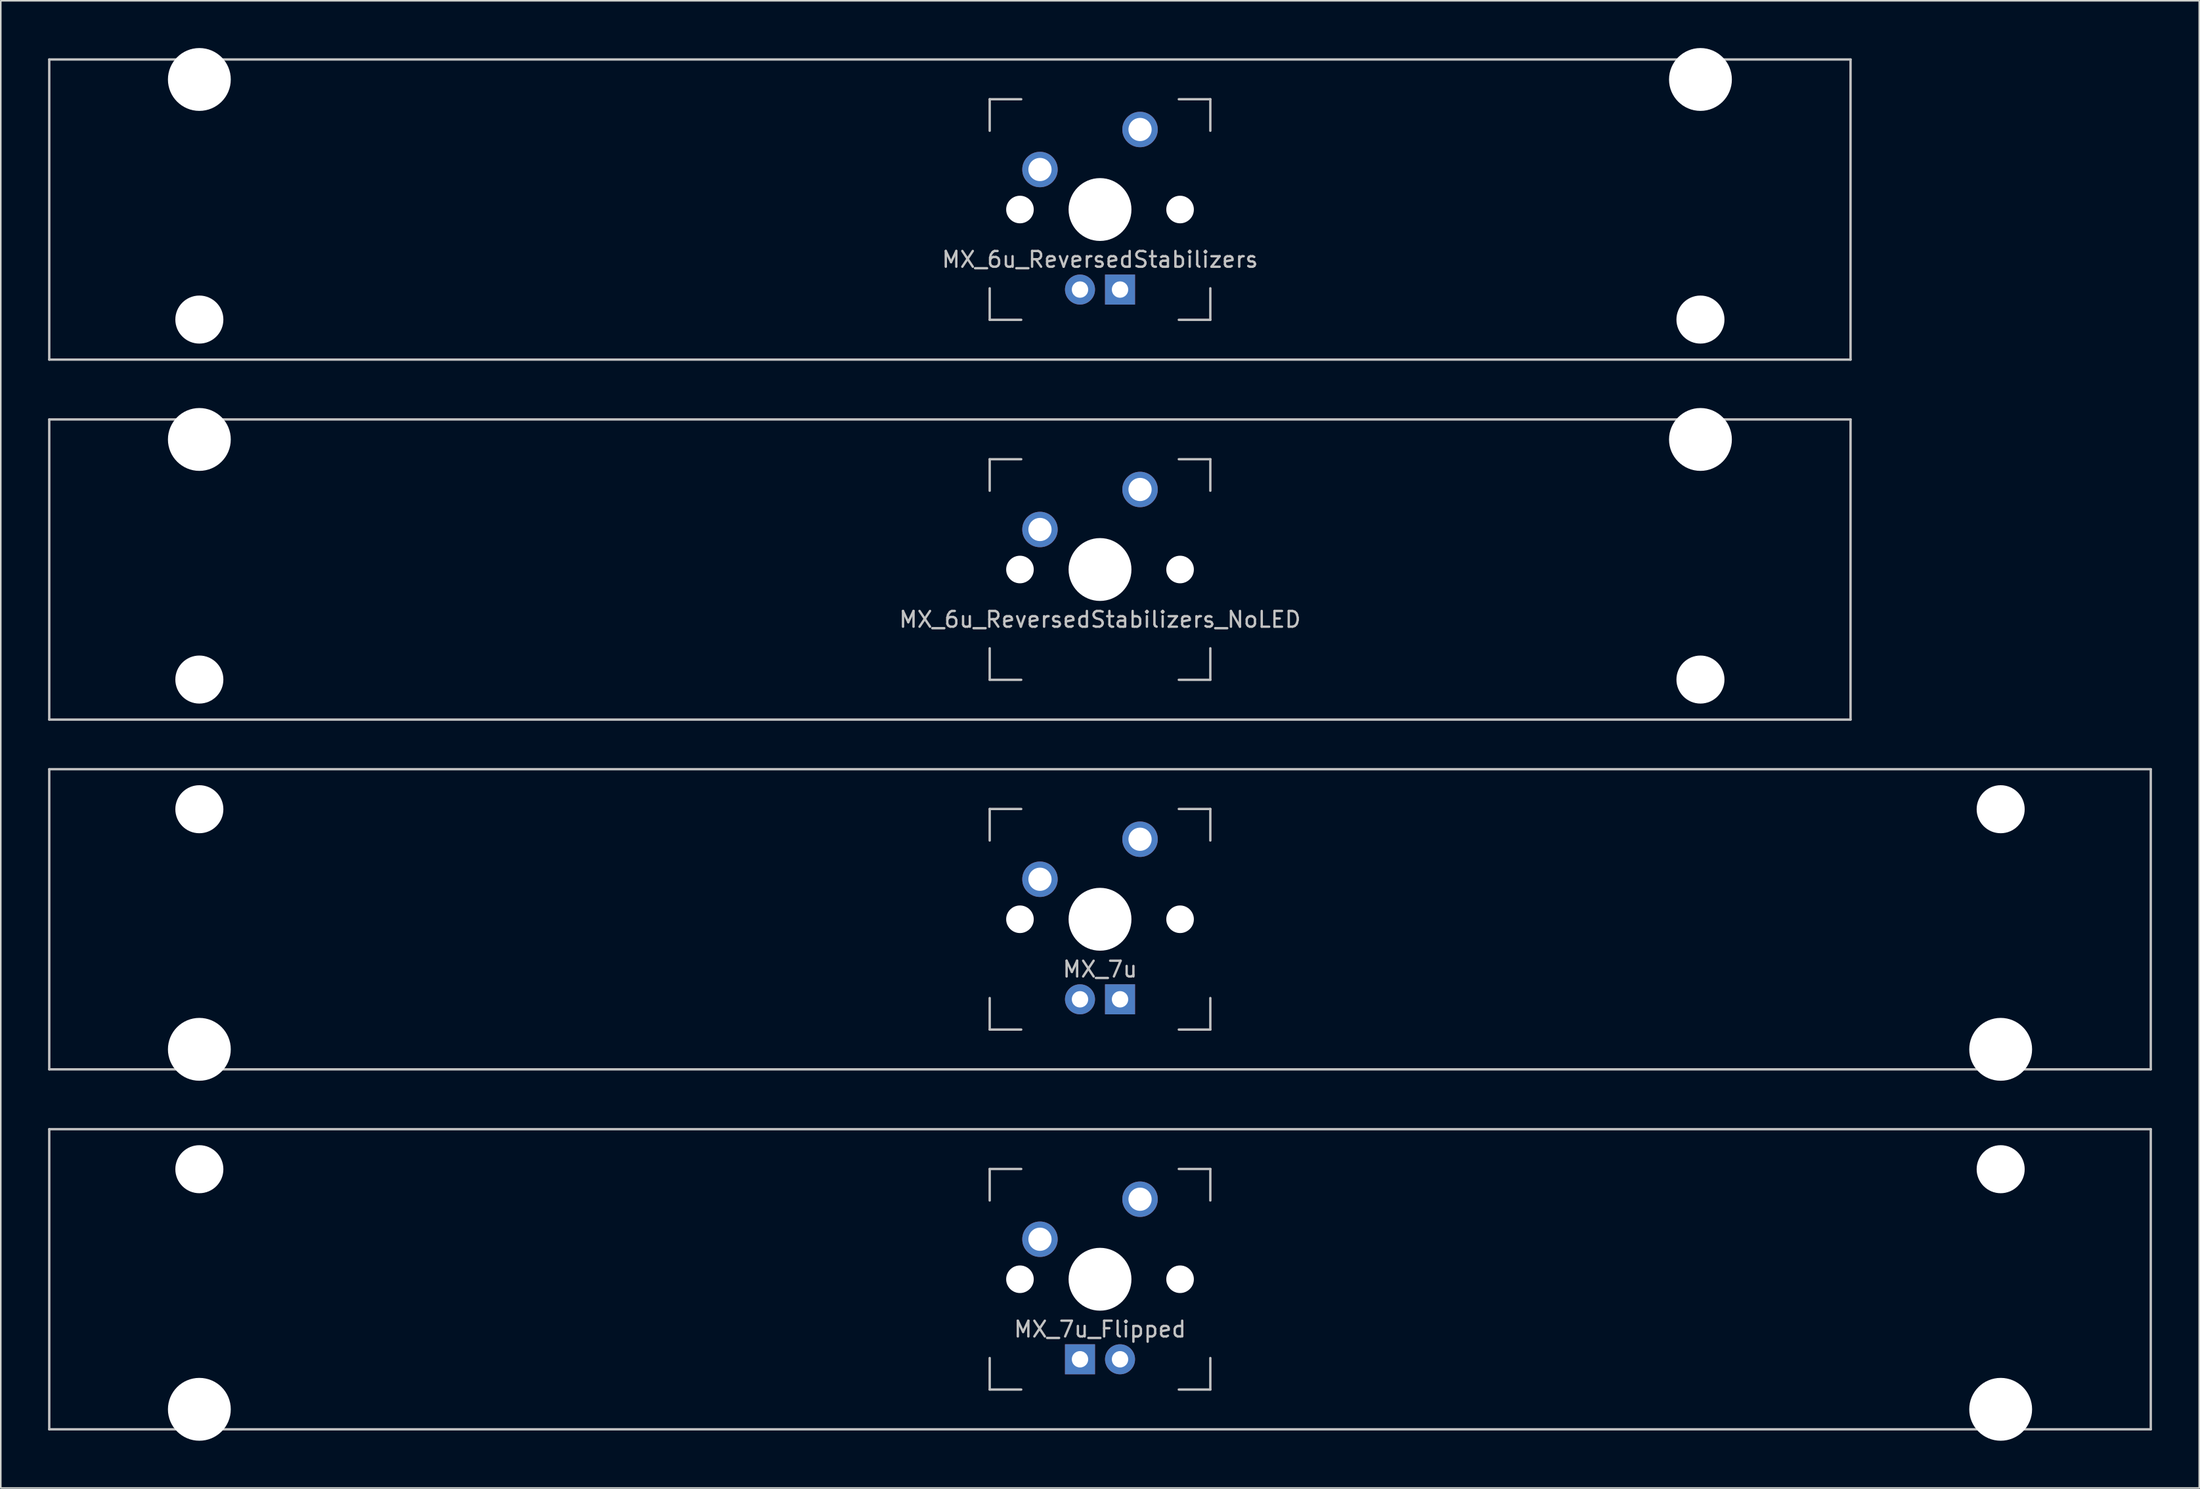
<source format=kicad_pcb>
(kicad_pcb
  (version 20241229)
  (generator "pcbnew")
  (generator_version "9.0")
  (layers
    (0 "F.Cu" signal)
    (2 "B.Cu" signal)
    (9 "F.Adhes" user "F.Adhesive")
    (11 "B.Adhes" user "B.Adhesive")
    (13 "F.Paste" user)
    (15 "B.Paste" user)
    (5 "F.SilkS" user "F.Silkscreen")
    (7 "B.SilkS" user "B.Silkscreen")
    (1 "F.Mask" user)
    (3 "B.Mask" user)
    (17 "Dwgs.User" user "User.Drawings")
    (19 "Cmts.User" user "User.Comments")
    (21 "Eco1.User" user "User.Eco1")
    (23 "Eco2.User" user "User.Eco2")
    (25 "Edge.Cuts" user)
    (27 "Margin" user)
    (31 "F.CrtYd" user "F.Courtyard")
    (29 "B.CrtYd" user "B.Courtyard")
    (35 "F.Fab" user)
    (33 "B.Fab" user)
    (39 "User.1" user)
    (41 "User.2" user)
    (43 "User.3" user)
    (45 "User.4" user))
  (footprint "MX_7u"
    (layer "F.Cu")
    (at 66.75 55.298)
    (property "Reference" "MX_7u" (at 0 3.175 0) (layer "Dwgs.User") (effects (font (size 1 1) (thickness 0.15))))
    (attr through_hole)
    (fp_line (start -66.675 -9.525) (end 66.675 -9.525) (stroke (width 0.15) (type solid)) (layer "Dwgs.User"))
    (fp_line (start -66.675 9.525) (end -66.675 -9.525) (stroke (width 0.15) (type solid)) (layer "Dwgs.User"))
    (fp_line (start -66.675 9.525) (end 66.675 9.525) (stroke (width 0.15) (type solid)) (layer "Dwgs.User"))
    (fp_line (start -7 -7) (end -7 -5) (stroke (width 0.15) (type solid)) (layer "Dwgs.User"))
    (fp_line (start -7 5) (end -7 7) (stroke (width 0.15) (type solid)) (layer "Dwgs.User"))
    (fp_line (start -7 7) (end -5 7) (stroke (width 0.15) (type solid)) (layer "Dwgs.User"))
    (fp_line (start -5 -7) (end -7 -7) (stroke (width 0.15) (type solid)) (layer "Dwgs.User"))
    (fp_line (start 5 -7) (end 7 -7) (stroke (width 0.15) (type solid)) (layer "Dwgs.User"))
    (fp_line (start 5 7) (end 7 7) (stroke (width 0.15) (type solid)) (layer "Dwgs.User"))
    (fp_line (start 7 -7) (end 7 -5) (stroke (width 0.15) (type solid)) (layer "Dwgs.User"))
    (fp_line (start 7 7) (end 7 5) (stroke (width 0.15) (type solid)) (layer "Dwgs.User"))
    (fp_line (start 66.675 -9.525) (end 66.675 9.525) (stroke (width 0.15) (type solid)) (layer "Dwgs.User"))
    (pad "" np_thru_hole circle (at -57.15 -6.985) (size 3.048 3.048) (drill 3.048) (layers "*.Cu" "*.Mask"))
    (pad "" np_thru_hole circle (at -57.15 8.255) (size 3.988 3.988) (drill 3.988) (layers "*.Cu" "*.Mask"))
    (pad "" np_thru_hole circle (at -5.08 0 48.1) (size 1.75 1.75) (drill 1.75) (layers "*.Cu" "*.Mask"))
    (pad "" np_thru_hole circle (at 0 0) (size 3.988 3.988) (drill 3.988) (layers "*.Cu" "*.Mask"))
    (pad "" np_thru_hole circle (at 5.08 0 48.1) (size 1.75 1.75) (drill 1.75) (layers "*.Cu" "*.Mask"))
    (pad "" np_thru_hole circle (at 57.15 -6.985) (size 3.048 3.048) (drill 3.048) (layers "*.Cu" "*.Mask"))
    (pad "" np_thru_hole circle (at 57.15 8.255) (size 3.988 3.988) (drill 3.988) (layers "*.Cu" "*.Mask"))
    (pad "1" thru_hole circle (at -3.81 -2.54) (size 2.25 2.25) (drill 1.47) (layers "*.Cu" "B.Mask"))
    (pad "2" thru_hole circle (at 2.54 -5.08) (size 2.25 2.25) (drill 1.47) (layers "*.Cu" "B.Mask"))
    (pad "3" thru_hole circle (at -1.27 5.08) (size 1.905 1.905) (drill 1.04) (layers "*.Cu" "B.Mask"))
    (pad "4" thru_hole rect (at 1.27 5.08) (size 1.905 1.905) (drill 1.04) (layers "*.Cu" "B.Mask")))
  (footprint "MX_7u_Flipped"
    (layer "F.Cu")
    (at 66.75 78.147)
    (property "Reference" "MX_7u_Flipped" (at 0 3.175 0) (layer "Dwgs.User") (effects (font (size 1 1) (thickness 0.15))))
    (attr through_hole)
    (fp_line (start -66.675 -9.525) (end 66.675 -9.525) (stroke (width 0.15) (type solid)) (layer "Dwgs.User"))
    (fp_line (start -66.675 9.525) (end -66.675 -9.525) (stroke (width 0.15) (type solid)) (layer "Dwgs.User"))
    (fp_line (start -66.675 9.525) (end 66.675 9.525) (stroke (width 0.15) (type solid)) (layer "Dwgs.User"))
    (fp_line (start -7 -7) (end -7 -5) (stroke (width 0.15) (type solid)) (layer "Dwgs.User"))
    (fp_line (start -7 5) (end -7 7) (stroke (width 0.15) (type solid)) (layer "Dwgs.User"))
    (fp_line (start -7 7) (end -5 7) (stroke (width 0.15) (type solid)) (layer "Dwgs.User"))
    (fp_line (start -5 -7) (end -7 -7) (stroke (width 0.15) (type solid)) (layer "Dwgs.User"))
    (fp_line (start 5 -7) (end 7 -7) (stroke (width 0.15) (type solid)) (layer "Dwgs.User"))
    (fp_line (start 5 7) (end 7 7) (stroke (width 0.15) (type solid)) (layer "Dwgs.User"))
    (fp_line (start 7 -7) (end 7 -5) (stroke (width 0.15) (type solid)) (layer "Dwgs.User"))
    (fp_line (start 7 7) (end 7 5) (stroke (width 0.15) (type solid)) (layer "Dwgs.User"))
    (fp_line (start 66.675 -9.525) (end 66.675 9.525) (stroke (width 0.15) (type solid)) (layer "Dwgs.User"))
    (pad "" np_thru_hole circle (at -57.15 -6.985) (size 3.048 3.048) (drill 3.048) (layers "*.Cu" "*.Mask"))
    (pad "" np_thru_hole circle (at -57.15 8.255) (size 3.988 3.988) (drill 3.988) (layers "*.Cu" "*.Mask"))
    (pad "" np_thru_hole circle (at -5.08 0 48.1) (size 1.75 1.75) (drill 1.75) (layers "*.Cu" "*.Mask"))
    (pad "" np_thru_hole circle (at 0 0) (size 3.988 3.988) (drill 3.988) (layers "*.Cu" "*.Mask"))
    (pad "" np_thru_hole circle (at 5.08 0 48.1) (size 1.75 1.75) (drill 1.75) (layers "*.Cu" "*.Mask"))
    (pad "" np_thru_hole circle (at 57.15 -6.985) (size 3.048 3.048) (drill 3.048) (layers "*.Cu" "*.Mask"))
    (pad "" np_thru_hole circle (at 57.15 8.255) (size 3.988 3.988) (drill 3.988) (layers "*.Cu" "*.Mask"))
    (pad "1" thru_hole circle (at -3.81 -2.54) (size 2.25 2.25) (drill 1.47) (layers "*.Cu" "B.Mask"))
    (pad "2" thru_hole circle (at 2.54 -5.08) (size 2.25 2.25) (drill 1.47) (layers "*.Cu" "B.Mask"))
    (pad "3" thru_hole circle (at 1.27 5.08) (size 1.905 1.905) (drill 1.04) (layers "*.Cu" "B.Mask"))
    (pad "4" thru_hole rect (at -1.27 5.08) (size 1.905 1.905) (drill 1.04) (layers "*.Cu" "B.Mask")))
  (footprint "MX_6u_ReversedStabilizers_NoLED"
    (layer "F.Cu")
    (at 57.225 33.098)
    (property "Reference" "MX_6u_ReversedStabilizers_NoLED" (at 9.525 3.175 0) (layer "Dwgs.User") (effects (font (size 1 1) (thickness 0.15))))
    (attr through_hole)
    (fp_line (start -57.15 -9.525) (end 57.15 -9.525) (stroke (width 0.15) (type solid)) (layer "Dwgs.User"))
    (fp_line (start -57.15 9.525) (end -57.15 -9.525) (stroke (width 0.15) (type solid)) (layer "Dwgs.User"))
    (fp_line (start -57.15 9.525) (end 57.15 9.525) (stroke (width 0.15) (type solid)) (layer "Dwgs.User"))
    (fp_line (start 2.525 -7) (end 2.525 -5) (stroke (width 0.15) (type solid)) (layer "Dwgs.User"))
    (fp_line (start 2.525 5) (end 2.525 7) (stroke (width 0.15) (type solid)) (layer "Dwgs.User"))
    (fp_line (start 2.525 7) (end 4.525 7) (stroke (width 0.15) (type solid)) (layer "Dwgs.User"))
    (fp_line (start 4.525 -7) (end 2.525 -7) (stroke (width 0.15) (type solid)) (layer "Dwgs.User"))
    (fp_line (start 14.525 -7) (end 16.525 -7) (stroke (width 0.15) (type solid)) (layer "Dwgs.User"))
    (fp_line (start 14.525 7) (end 16.525 7) (stroke (width 0.15) (type solid)) (layer "Dwgs.User"))
    (fp_line (start 16.525 -7) (end 16.525 -5) (stroke (width 0.15) (type solid)) (layer "Dwgs.User"))
    (fp_line (start 16.525 7) (end 16.525 5) (stroke (width 0.15) (type solid)) (layer "Dwgs.User"))
    (fp_line (start 57.15 -9.525) (end 57.15 9.525) (stroke (width 0.15) (type solid)) (layer "Dwgs.User"))
    (pad "" np_thru_hole circle (at -47.625 -8.255) (size 3.988 3.988) (drill 3.988) (layers "*.Cu" "*.Mask"))
    (pad "" np_thru_hole circle (at -47.625 6.985) (size 3.048 3.048) (drill 3.048) (layers "*.Cu" "*.Mask"))
    (pad "" np_thru_hole circle (at 4.445 0 48.1) (size 1.75 1.75) (drill 1.75) (layers "*.Cu" "*.Mask"))
    (pad "" np_thru_hole circle (at 9.525 0) (size 3.988 3.988) (drill 3.988) (layers "*.Cu" "*.Mask"))
    (pad "" np_thru_hole circle (at 14.605 0 48.1) (size 1.75 1.75) (drill 1.75) (layers "*.Cu" "*.Mask"))
    (pad "" np_thru_hole circle (at 47.625 -8.255) (size 3.988 3.988) (drill 3.988) (layers "*.Cu" "*.Mask"))
    (pad "" np_thru_hole circle (at 47.625 6.985) (size 3.048 3.048) (drill 3.048) (layers "*.Cu" "*.Mask"))
    (pad "1" thru_hole circle (at 5.715 -2.54) (size 2.25 2.25) (drill 1.47) (layers "*.Cu" "B.Mask"))
    (pad "2" thru_hole circle (at 12.065 -5.08) (size 2.25 2.25) (drill 1.47) (layers "*.Cu" "B.Mask")))
  (footprint "MX_6u_ReversedStabilizers"
    (layer "F.Cu")
    (at 57.225 10.249)
    (property "Reference" "MX_6u_ReversedStabilizers" (at 9.525 3.175 0) (layer "Dwgs.User") (effects (font (size 1 1) (thickness 0.15))))
    (attr through_hole)
    (fp_line (start -57.15 -9.525) (end 57.15 -9.525) (stroke (width 0.15) (type solid)) (layer "Dwgs.User"))
    (fp_line (start -57.15 9.525) (end -57.15 -9.525) (stroke (width 0.15) (type solid)) (layer "Dwgs.User"))
    (fp_line (start -57.15 9.525) (end 57.15 9.525) (stroke (width 0.15) (type solid)) (layer "Dwgs.User"))
    (fp_line (start 2.525 -7) (end 2.525 -5) (stroke (width 0.15) (type solid)) (layer "Dwgs.User"))
    (fp_line (start 2.525 5) (end 2.525 7) (stroke (width 0.15) (type solid)) (layer "Dwgs.User"))
    (fp_line (start 2.525 7) (end 4.525 7) (stroke (width 0.15) (type solid)) (layer "Dwgs.User"))
    (fp_line (start 4.525 -7) (end 2.525 -7) (stroke (width 0.15) (type solid)) (layer "Dwgs.User"))
    (fp_line (start 14.525 -7) (end 16.525 -7) (stroke (width 0.15) (type solid)) (layer "Dwgs.User"))
    (fp_line (start 14.525 7) (end 16.525 7) (stroke (width 0.15) (type solid)) (layer "Dwgs.User"))
    (fp_line (start 16.525 -7) (end 16.525 -5) (stroke (width 0.15) (type solid)) (layer "Dwgs.User"))
    (fp_line (start 16.525 7) (end 16.525 5) (stroke (width 0.15) (type solid)) (layer "Dwgs.User"))
    (fp_line (start 57.15 -9.525) (end 57.15 9.525) (stroke (width 0.15) (type solid)) (layer "Dwgs.User"))
    (pad "" np_thru_hole circle (at -47.625 -8.255) (size 3.988 3.988) (drill 3.988) (layers "*.Cu" "*.Mask"))
    (pad "" np_thru_hole circle (at -47.625 6.985) (size 3.048 3.048) (drill 3.048) (layers "*.Cu" "*.Mask"))
    (pad "" np_thru_hole circle (at 4.445 0 48.1) (size 1.75 1.75) (drill 1.75) (layers "*.Cu" "*.Mask"))
    (pad "" np_thru_hole circle (at 9.525 0) (size 3.988 3.988) (drill 3.988) (layers "*.Cu" "*.Mask"))
    (pad "" np_thru_hole circle (at 14.605 0 48.1) (size 1.75 1.75) (drill 1.75) (layers "*.Cu" "*.Mask"))
    (pad "" np_thru_hole circle (at 47.625 -8.255) (size 3.988 3.988) (drill 3.988) (layers "*.Cu" "*.Mask"))
    (pad "" np_thru_hole circle (at 47.625 6.985) (size 3.048 3.048) (drill 3.048) (layers "*.Cu" "*.Mask"))
    (pad "1" thru_hole circle (at 5.715 -2.54) (size 2.25 2.25) (drill 1.47) (layers "*.Cu" "B.Mask"))
    (pad "2" thru_hole circle (at 12.065 -5.08) (size 2.25 2.25) (drill 1.47) (layers "*.Cu" "B.Mask"))
    (pad "3" thru_hole circle (at 8.255 5.08) (size 1.905 1.905) (drill 1.04) (layers "*.Cu" "B.Mask"))
    (pad "4" thru_hole rect (at 10.795 5.08) (size 1.905 1.905) (drill 1.04) (layers "*.Cu" "B.Mask")))
  (gr_rect
    (start -3 -3)
    (end 136.5 91.396)
    (stroke (width 0.1) (type default))
    (fill no)
    (layer "Edge.Cuts")))
</source>
